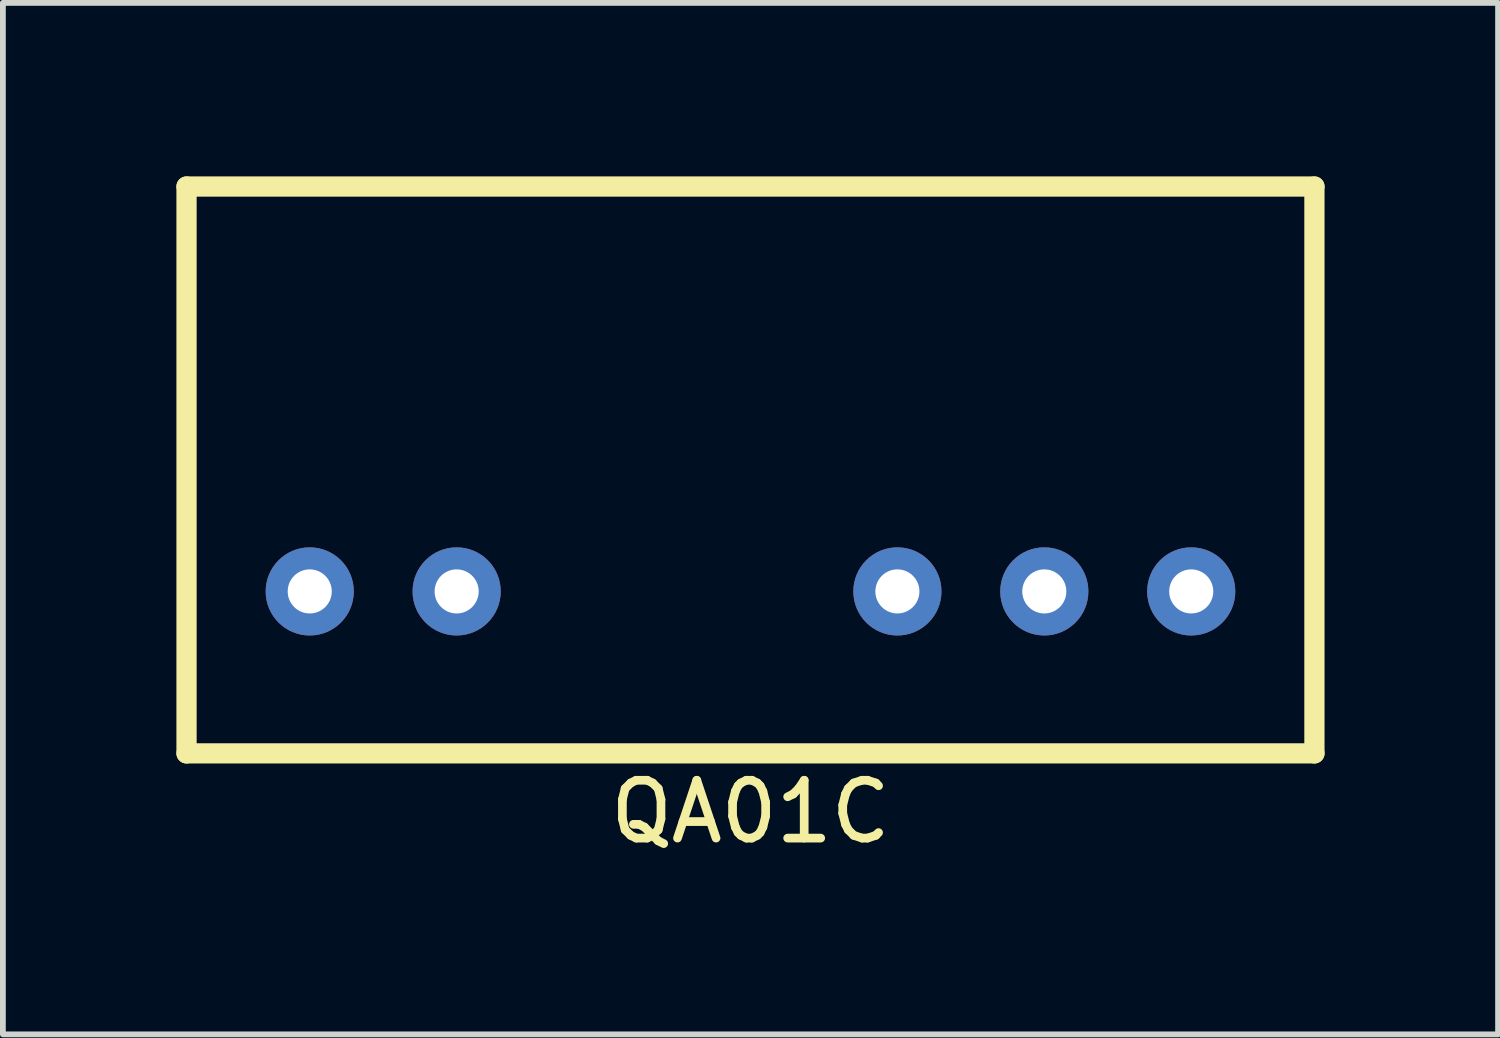
<source format=kicad_pcb>
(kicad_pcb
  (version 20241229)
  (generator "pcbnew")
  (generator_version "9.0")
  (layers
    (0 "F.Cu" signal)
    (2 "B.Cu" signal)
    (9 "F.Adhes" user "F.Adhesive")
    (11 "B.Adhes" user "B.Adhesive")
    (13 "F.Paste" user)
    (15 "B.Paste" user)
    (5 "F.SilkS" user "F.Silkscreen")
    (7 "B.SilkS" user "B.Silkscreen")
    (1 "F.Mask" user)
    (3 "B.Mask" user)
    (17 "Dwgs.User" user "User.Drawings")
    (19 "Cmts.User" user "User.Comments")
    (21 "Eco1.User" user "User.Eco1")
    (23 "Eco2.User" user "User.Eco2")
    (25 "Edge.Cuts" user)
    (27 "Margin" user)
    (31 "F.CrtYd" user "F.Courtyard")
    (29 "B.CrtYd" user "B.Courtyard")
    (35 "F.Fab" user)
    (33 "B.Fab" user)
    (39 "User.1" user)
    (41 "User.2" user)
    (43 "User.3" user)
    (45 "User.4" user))
  (footprint "QA01C"
    (layer "F.Cu")
    (at 9.925 7.175)
    (property "Reference" "QA01C" (at 0 3.81 0) (layer "F.SilkS") (effects (font (size 1 1) (thickness 0.15))))
    (attr through_hole)
    (fp_line (start -9.75 -7) (end 9.75 -7) (stroke (width 0.35) (type solid)) (layer "F.SilkS"))
    (fp_line (start -9.75 2.8) (end -9.75 -7) (stroke (width 0.35) (type solid)) (layer "F.SilkS"))
    (fp_line (start 9.75 2.8) (end -9.75 2.8) (stroke (width 0.35) (type solid)) (layer "F.SilkS"))
    (fp_line (start 9.75 2.8) (end 9.75 -7) (stroke (width 0.35) (type solid)) (layer "F.SilkS"))
    (pad "1" thru_hole circle (at -7.62 0) (size 1.524 1.524) (drill 0.762) (layers "*.Cu" "*.Mask"))
    (pad "2" thru_hole circle (at -5.08 0) (size 1.524 1.524) (drill 0.762) (layers "*.Cu" "*.Mask"))
    (pad "5" thru_hole circle (at 2.54 0) (size 1.524 1.524) (drill 0.762) (layers "*.Cu" "*.Mask"))
    (pad "6" thru_hole circle (at 5.08 0) (size 1.524 1.524) (drill 0.762) (layers "*.Cu" "*.Mask"))
    (pad "7" thru_hole circle (at 7.62 0) (size 1.524 1.524) (drill 0.762) (layers "*.Cu" "*.Mask")))
  (gr_rect
    (start -3 -3)
    (end 22.85 14.833)
    (stroke (width 0.1) (type default))
    (fill no)
    (layer "Edge.Cuts")))
</source>
